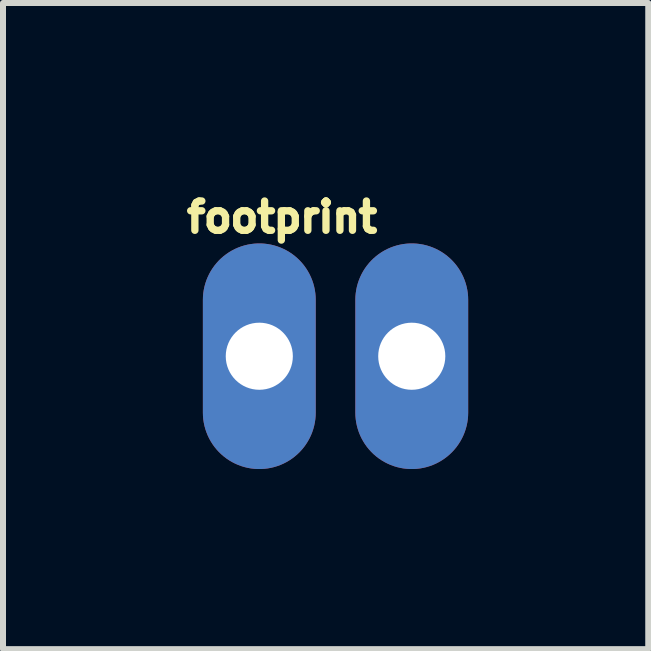
<source format=kicad_pcb>
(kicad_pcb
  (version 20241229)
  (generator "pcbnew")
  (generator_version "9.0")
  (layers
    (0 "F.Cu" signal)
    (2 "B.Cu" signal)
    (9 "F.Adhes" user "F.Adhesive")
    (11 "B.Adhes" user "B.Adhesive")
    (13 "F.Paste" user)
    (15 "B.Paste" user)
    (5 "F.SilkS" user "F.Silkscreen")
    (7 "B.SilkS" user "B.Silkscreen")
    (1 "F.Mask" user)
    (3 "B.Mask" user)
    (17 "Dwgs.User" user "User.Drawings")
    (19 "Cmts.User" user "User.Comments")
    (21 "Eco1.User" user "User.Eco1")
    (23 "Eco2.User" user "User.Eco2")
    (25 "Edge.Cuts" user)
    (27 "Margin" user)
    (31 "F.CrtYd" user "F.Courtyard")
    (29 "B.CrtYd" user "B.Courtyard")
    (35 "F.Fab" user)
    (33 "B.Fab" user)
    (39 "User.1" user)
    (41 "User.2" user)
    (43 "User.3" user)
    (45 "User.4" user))
  (footprint "footprint"
    (layer "F.Cu")
    (at 1.27 2.885)
    (property "Reference" "footprint" (at -1.27 -2.032 0) (layer "F.SilkS") (effects (font (size 0.488 0.488) (thickness 0.122)) (justify left bottom)))
    (pad "1" thru_hole oval (at 0 0 90) (size 3.759 1.88) (drill 1.118) (layers "*.Cu" "*.Mask"))
    (pad "2" thru_hole oval (at 2.54 0 90) (size 3.759 1.88) (drill 1.118) (layers "*.Cu" "*.Mask")))
  (gr_rect
    (start -3 -3)
    (end 7.75 7.765)
    (stroke (width 0.1) (type default))
    (fill no)
    (layer "Edge.Cuts")))
</source>
